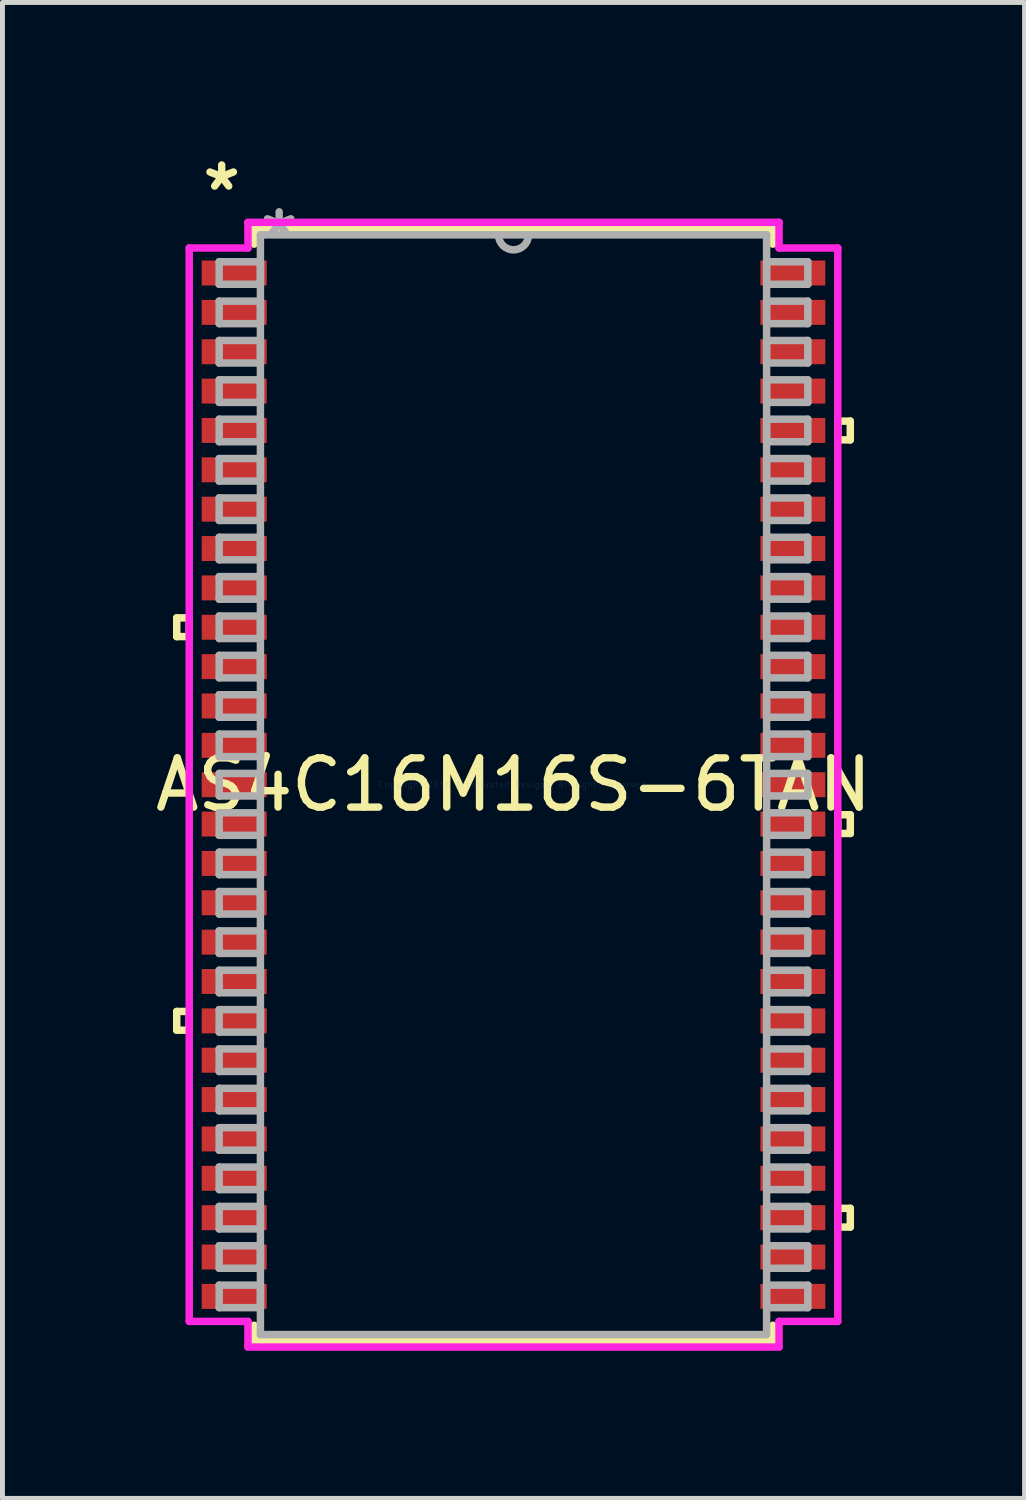
<source format=kicad_pcb>
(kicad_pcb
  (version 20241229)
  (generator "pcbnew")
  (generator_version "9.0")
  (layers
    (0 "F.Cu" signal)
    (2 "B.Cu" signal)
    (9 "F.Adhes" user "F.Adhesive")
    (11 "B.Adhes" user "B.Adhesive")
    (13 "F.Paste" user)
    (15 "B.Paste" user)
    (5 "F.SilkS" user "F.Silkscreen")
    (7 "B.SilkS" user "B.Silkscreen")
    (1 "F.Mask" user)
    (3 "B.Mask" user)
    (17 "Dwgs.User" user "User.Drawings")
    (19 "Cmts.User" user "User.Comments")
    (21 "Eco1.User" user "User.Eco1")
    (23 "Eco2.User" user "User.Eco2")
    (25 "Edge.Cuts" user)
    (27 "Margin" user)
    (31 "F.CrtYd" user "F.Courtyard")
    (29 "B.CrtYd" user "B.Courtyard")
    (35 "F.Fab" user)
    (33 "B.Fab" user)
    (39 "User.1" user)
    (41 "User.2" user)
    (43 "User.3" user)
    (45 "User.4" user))
  (footprint "AS4C16M16S-6TAN"
    (layer "F.Cu")
    (at 7.387 12.899)
    (property "Reference" "AS4C16M16S-6TAN" (at 0 0 0) (layer "F.SilkS") (effects (font (size 1 1) (thickness 0.15))))
    (attr through_hole)
    (fp_line (start -6.845 -3.391) (end -6.845 -3.01) (stroke (width 0.152) (type solid)) (layer "F.SilkS"))
    (fp_line (start -6.845 -3.01) (end -6.591 -3.01) (stroke (width 0.152) (type solid)) (layer "F.SilkS"))
    (fp_line (start -6.845 4.609) (end -6.845 4.99) (stroke (width 0.152) (type solid)) (layer "F.SilkS"))
    (fp_line (start -6.845 4.99) (end -6.591 4.99) (stroke (width 0.152) (type solid)) (layer "F.SilkS"))
    (fp_line (start -6.591 -3.391) (end -6.845 -3.391) (stroke (width 0.152) (type solid)) (layer "F.SilkS"))
    (fp_line (start -6.591 -3.01) (end -6.591 -3.391) (stroke (width 0.152) (type solid)) (layer "F.SilkS"))
    (fp_line (start -6.591 4.609) (end -6.845 4.609) (stroke (width 0.152) (type solid)) (layer "F.SilkS"))
    (fp_line (start -6.591 4.99) (end -6.591 4.609) (stroke (width 0.152) (type solid)) (layer "F.SilkS"))
    (fp_line (start -5.271 -11.303) (end -5.271 -10.987) (stroke (width 0.152) (type solid)) (layer "F.SilkS"))
    (fp_line (start -5.271 10.987) (end -5.271 11.303) (stroke (width 0.152) (type solid)) (layer "F.SilkS"))
    (fp_line (start -5.271 11.303) (end 5.271 11.303) (stroke (width 0.152) (type solid)) (layer "F.SilkS"))
    (fp_line (start 5.271 -11.303) (end -5.271 -11.303) (stroke (width 0.152) (type solid)) (layer "F.SilkS"))
    (fp_line (start 5.271 -10.987) (end 5.271 -11.303) (stroke (width 0.152) (type solid)) (layer "F.SilkS"))
    (fp_line (start 5.271 11.303) (end 5.271 10.987) (stroke (width 0.152) (type solid)) (layer "F.SilkS"))
    (fp_line (start 6.591 -7.39) (end 6.845 -7.39) (stroke (width 0.152) (type solid)) (layer "F.SilkS"))
    (fp_line (start 6.591 -7.009) (end 6.591 -7.39) (stroke (width 0.152) (type solid)) (layer "F.SilkS"))
    (fp_line (start 6.591 0.61) (end 6.845 0.61) (stroke (width 0.152) (type solid)) (layer "F.SilkS"))
    (fp_line (start 6.591 0.991) (end 6.591 0.61) (stroke (width 0.152) (type solid)) (layer "F.SilkS"))
    (fp_line (start 6.591 8.61) (end 6.845 8.61) (stroke (width 0.152) (type solid)) (layer "F.SilkS"))
    (fp_line (start 6.591 8.991) (end 6.591 8.61) (stroke (width 0.152) (type solid)) (layer "F.SilkS"))
    (fp_line (start 6.845 -7.39) (end 6.845 -7.009) (stroke (width 0.152) (type solid)) (layer "F.SilkS"))
    (fp_line (start 6.845 -7.009) (end 6.591 -7.009) (stroke (width 0.152) (type solid)) (layer "F.SilkS"))
    (fp_line (start 6.845 0.61) (end 6.845 0.991) (stroke (width 0.152) (type solid)) (layer "F.SilkS"))
    (fp_line (start 6.845 0.991) (end 6.591 0.991) (stroke (width 0.152) (type solid)) (layer "F.SilkS"))
    (fp_line (start 6.845 8.61) (end 6.845 8.991) (stroke (width 0.152) (type solid)) (layer "F.SilkS"))
    (fp_line (start 6.845 8.991) (end 6.591 8.991) (stroke (width 0.152) (type solid)) (layer "F.SilkS"))
    (fp_line (start -6.591 -10.908) (end -5.397 -10.908) (stroke (width 0.152) (type solid)) (layer "F.CrtYd"))
    (fp_line (start -6.591 10.908) (end -6.591 -10.908) (stroke (width 0.152) (type solid)) (layer "F.CrtYd"))
    (fp_line (start -5.397 -11.43) (end 5.397 -11.43) (stroke (width 0.152) (type solid)) (layer "F.CrtYd"))
    (fp_line (start -5.397 -10.908) (end -5.397 -11.43) (stroke (width 0.152) (type solid)) (layer "F.CrtYd"))
    (fp_line (start -5.397 10.908) (end -6.591 10.908) (stroke (width 0.152) (type solid)) (layer "F.CrtYd"))
    (fp_line (start -5.397 11.43) (end -5.397 10.908) (stroke (width 0.152) (type solid)) (layer "F.CrtYd"))
    (fp_line (start 5.397 -11.43) (end 5.397 -10.908) (stroke (width 0.152) (type solid)) (layer "F.CrtYd"))
    (fp_line (start 5.397 -10.908) (end 6.591 -10.908) (stroke (width 0.152) (type solid)) (layer "F.CrtYd"))
    (fp_line (start 5.397 10.908) (end 5.397 11.43) (stroke (width 0.152) (type solid)) (layer "F.CrtYd"))
    (fp_line (start 5.397 11.43) (end -5.397 11.43) (stroke (width 0.152) (type solid)) (layer "F.CrtYd"))
    (fp_line (start 6.591 -10.908) (end 6.591 10.908) (stroke (width 0.152) (type solid)) (layer "F.CrtYd"))
    (fp_line (start 6.591 10.908) (end 5.397 10.908) (stroke (width 0.152) (type solid)) (layer "F.CrtYd"))
    (fp_line (start -5.982 -10.629) (end -5.982 -10.171) (stroke (width 0.152) (type solid)) (layer "F.Fab"))
    (fp_line (start -5.982 -10.171) (end -5.144 -10.171) (stroke (width 0.152) (type solid)) (layer "F.Fab"))
    (fp_line (start -5.982 -9.829) (end -5.982 -9.371) (stroke (width 0.152) (type solid)) (layer "F.Fab"))
    (fp_line (start -5.982 -9.371) (end -5.144 -9.371) (stroke (width 0.152) (type solid)) (layer "F.Fab"))
    (fp_line (start -5.982 -9.029) (end -5.982 -8.571) (stroke (width 0.152) (type solid)) (layer "F.Fab"))
    (fp_line (start -5.982 -8.571) (end -5.144 -8.571) (stroke (width 0.152) (type solid)) (layer "F.Fab"))
    (fp_line (start -5.982 -8.229) (end -5.982 -7.771) (stroke (width 0.152) (type solid)) (layer "F.Fab"))
    (fp_line (start -5.982 -7.771) (end -5.144 -7.771) (stroke (width 0.152) (type solid)) (layer "F.Fab"))
    (fp_line (start -5.982 -7.429) (end -5.982 -6.971) (stroke (width 0.152) (type solid)) (layer "F.Fab"))
    (fp_line (start -5.982 -6.971) (end -5.144 -6.971) (stroke (width 0.152) (type solid)) (layer "F.Fab"))
    (fp_line (start -5.982 -6.629) (end -5.982 -6.171) (stroke (width 0.152) (type solid)) (layer "F.Fab"))
    (fp_line (start -5.982 -6.171) (end -5.144 -6.171) (stroke (width 0.152) (type solid)) (layer "F.Fab"))
    (fp_line (start -5.982 -5.829) (end -5.982 -5.371) (stroke (width 0.152) (type solid)) (layer "F.Fab"))
    (fp_line (start -5.982 -5.371) (end -5.144 -5.371) (stroke (width 0.152) (type solid)) (layer "F.Fab"))
    (fp_line (start -5.982 -5.029) (end -5.982 -4.571) (stroke (width 0.152) (type solid)) (layer "F.Fab"))
    (fp_line (start -5.982 -4.571) (end -5.144 -4.571) (stroke (width 0.152) (type solid)) (layer "F.Fab"))
    (fp_line (start -5.982 -4.229) (end -5.982 -3.771) (stroke (width 0.152) (type solid)) (layer "F.Fab"))
    (fp_line (start -5.982 -3.771) (end -5.144 -3.771) (stroke (width 0.152) (type solid)) (layer "F.Fab"))
    (fp_line (start -5.982 -3.429) (end -5.982 -2.971) (stroke (width 0.152) (type solid)) (layer "F.Fab"))
    (fp_line (start -5.982 -2.971) (end -5.144 -2.971) (stroke (width 0.152) (type solid)) (layer "F.Fab"))
    (fp_line (start -5.982 -2.629) (end -5.982 -2.171) (stroke (width 0.152) (type solid)) (layer "F.Fab"))
    (fp_line (start -5.982 -2.171) (end -5.144 -2.171) (stroke (width 0.152) (type solid)) (layer "F.Fab"))
    (fp_line (start -5.982 -1.829) (end -5.982 -1.371) (stroke (width 0.152) (type solid)) (layer "F.Fab"))
    (fp_line (start -5.982 -1.371) (end -5.144 -1.371) (stroke (width 0.152) (type solid)) (layer "F.Fab"))
    (fp_line (start -5.982 -1.029) (end -5.982 -0.571) (stroke (width 0.152) (type solid)) (layer "F.Fab"))
    (fp_line (start -5.982 -0.571) (end -5.144 -0.571) (stroke (width 0.152) (type solid)) (layer "F.Fab"))
    (fp_line (start -5.982 -0.229) (end -5.982 0.229) (stroke (width 0.152) (type solid)) (layer "F.Fab"))
    (fp_line (start -5.982 0.229) (end -5.144 0.229) (stroke (width 0.152) (type solid)) (layer "F.Fab"))
    (fp_line (start -5.982 0.571) (end -5.982 1.029) (stroke (width 0.152) (type solid)) (layer "F.Fab"))
    (fp_line (start -5.982 1.029) (end -5.144 1.029) (stroke (width 0.152) (type solid)) (layer "F.Fab"))
    (fp_line (start -5.982 1.371) (end -5.982 1.829) (stroke (width 0.152) (type solid)) (layer "F.Fab"))
    (fp_line (start -5.982 1.829) (end -5.144 1.829) (stroke (width 0.152) (type solid)) (layer "F.Fab"))
    (fp_line (start -5.982 2.171) (end -5.982 2.629) (stroke (width 0.152) (type solid)) (layer "F.Fab"))
    (fp_line (start -5.982 2.629) (end -5.144 2.629) (stroke (width 0.152) (type solid)) (layer "F.Fab"))
    (fp_line (start -5.982 2.971) (end -5.982 3.429) (stroke (width 0.152) (type solid)) (layer "F.Fab"))
    (fp_line (start -5.982 3.429) (end -5.144 3.429) (stroke (width 0.152) (type solid)) (layer "F.Fab"))
    (fp_line (start -5.982 3.771) (end -5.982 4.229) (stroke (width 0.152) (type solid)) (layer "F.Fab"))
    (fp_line (start -5.982 4.229) (end -5.144 4.229) (stroke (width 0.152) (type solid)) (layer "F.Fab"))
    (fp_line (start -5.982 4.571) (end -5.982 5.029) (stroke (width 0.152) (type solid)) (layer "F.Fab"))
    (fp_line (start -5.982 5.029) (end -5.144 5.029) (stroke (width 0.152) (type solid)) (layer "F.Fab"))
    (fp_line (start -5.982 5.371) (end -5.982 5.829) (stroke (width 0.152) (type solid)) (layer "F.Fab"))
    (fp_line (start -5.982 5.829) (end -5.144 5.829) (stroke (width 0.152) (type solid)) (layer "F.Fab"))
    (fp_line (start -5.982 6.171) (end -5.982 6.629) (stroke (width 0.152) (type solid)) (layer "F.Fab"))
    (fp_line (start -5.982 6.629) (end -5.144 6.629) (stroke (width 0.152) (type solid)) (layer "F.Fab"))
    (fp_line (start -5.982 6.971) (end -5.982 7.429) (stroke (width 0.152) (type solid)) (layer "F.Fab"))
    (fp_line (start -5.982 7.429) (end -5.144 7.429) (stroke (width 0.152) (type solid)) (layer "F.Fab"))
    (fp_line (start -5.982 7.771) (end -5.982 8.229) (stroke (width 0.152) (type solid)) (layer "F.Fab"))
    (fp_line (start -5.982 8.229) (end -5.144 8.229) (stroke (width 0.152) (type solid)) (layer "F.Fab"))
    (fp_line (start -5.982 8.571) (end -5.982 9.029) (stroke (width 0.152) (type solid)) (layer "F.Fab"))
    (fp_line (start -5.982 9.029) (end -5.144 9.029) (stroke (width 0.152) (type solid)) (layer "F.Fab"))
    (fp_line (start -5.982 9.371) (end -5.982 9.829) (stroke (width 0.152) (type solid)) (layer "F.Fab"))
    (fp_line (start -5.982 9.829) (end -5.144 9.829) (stroke (width 0.152) (type solid)) (layer "F.Fab"))
    (fp_line (start -5.982 10.171) (end -5.982 10.629) (stroke (width 0.152) (type solid)) (layer "F.Fab"))
    (fp_line (start -5.982 10.629) (end -5.144 10.629) (stroke (width 0.152) (type solid)) (layer "F.Fab"))
    (fp_line (start -5.144 -11.176) (end -5.144 11.176) (stroke (width 0.152) (type solid)) (layer "F.Fab"))
    (fp_line (start -5.144 -10.629) (end -5.982 -10.629) (stroke (width 0.152) (type solid)) (layer "F.Fab"))
    (fp_line (start -5.144 -10.171) (end -5.144 -10.629) (stroke (width 0.152) (type solid)) (layer "F.Fab"))
    (fp_line (start -5.144 -9.829) (end -5.982 -9.829) (stroke (width 0.152) (type solid)) (layer "F.Fab"))
    (fp_line (start -5.144 -9.371) (end -5.144 -9.829) (stroke (width 0.152) (type solid)) (layer "F.Fab"))
    (fp_line (start -5.144 -9.029) (end -5.982 -9.029) (stroke (width 0.152) (type solid)) (layer "F.Fab"))
    (fp_line (start -5.144 -8.571) (end -5.144 -9.029) (stroke (width 0.152) (type solid)) (layer "F.Fab"))
    (fp_line (start -5.144 -8.229) (end -5.982 -8.229) (stroke (width 0.152) (type solid)) (layer "F.Fab"))
    (fp_line (start -5.144 -7.771) (end -5.144 -8.229) (stroke (width 0.152) (type solid)) (layer "F.Fab"))
    (fp_line (start -5.144 -7.429) (end -5.982 -7.429) (stroke (width 0.152) (type solid)) (layer "F.Fab"))
    (fp_line (start -5.144 -6.971) (end -5.144 -7.429) (stroke (width 0.152) (type solid)) (layer "F.Fab"))
    (fp_line (start -5.144 -6.629) (end -5.982 -6.629) (stroke (width 0.152) (type solid)) (layer "F.Fab"))
    (fp_line (start -5.144 -6.171) (end -5.144 -6.629) (stroke (width 0.152) (type solid)) (layer "F.Fab"))
    (fp_line (start -5.144 -5.829) (end -5.982 -5.829) (stroke (width 0.152) (type solid)) (layer "F.Fab"))
    (fp_line (start -5.144 -5.371) (end -5.144 -5.829) (stroke (width 0.152) (type solid)) (layer "F.Fab"))
    (fp_line (start -5.144 -5.029) (end -5.982 -5.029) (stroke (width 0.152) (type solid)) (layer "F.Fab"))
    (fp_line (start -5.144 -4.571) (end -5.144 -5.029) (stroke (width 0.152) (type solid)) (layer "F.Fab"))
    (fp_line (start -5.144 -4.229) (end -5.982 -4.229) (stroke (width 0.152) (type solid)) (layer "F.Fab"))
    (fp_line (start -5.144 -3.771) (end -5.144 -4.229) (stroke (width 0.152) (type solid)) (layer "F.Fab"))
    (fp_line (start -5.144 -3.429) (end -5.982 -3.429) (stroke (width 0.152) (type solid)) (layer "F.Fab"))
    (fp_line (start -5.144 -2.971) (end -5.144 -3.429) (stroke (width 0.152) (type solid)) (layer "F.Fab"))
    (fp_line (start -5.144 -2.629) (end -5.982 -2.629) (stroke (width 0.152) (type solid)) (layer "F.Fab"))
    (fp_line (start -5.144 -2.171) (end -5.144 -2.629) (stroke (width 0.152) (type solid)) (layer "F.Fab"))
    (fp_line (start -5.144 -1.829) (end -5.982 -1.829) (stroke (width 0.152) (type solid)) (layer "F.Fab"))
    (fp_line (start -5.144 -1.371) (end -5.144 -1.829) (stroke (width 0.152) (type solid)) (layer "F.Fab"))
    (fp_line (start -5.144 -1.029) (end -5.982 -1.029) (stroke (width 0.152) (type solid)) (layer "F.Fab"))
    (fp_line (start -5.144 -0.571) (end -5.144 -1.029) (stroke (width 0.152) (type solid)) (layer "F.Fab"))
    (fp_line (start -5.144 -0.229) (end -5.982 -0.229) (stroke (width 0.152) (type solid)) (layer "F.Fab"))
    (fp_line (start -5.144 0.229) (end -5.144 -0.229) (stroke (width 0.152) (type solid)) (layer "F.Fab"))
    (fp_line (start -5.144 0.571) (end -5.982 0.571) (stroke (width 0.152) (type solid)) (layer "F.Fab"))
    (fp_line (start -5.144 1.029) (end -5.144 0.571) (stroke (width 0.152) (type solid)) (layer "F.Fab"))
    (fp_line (start -5.144 1.371) (end -5.982 1.371) (stroke (width 0.152) (type solid)) (layer "F.Fab"))
    (fp_line (start -5.144 1.829) (end -5.144 1.371) (stroke (width 0.152) (type solid)) (layer "F.Fab"))
    (fp_line (start -5.144 2.171) (end -5.982 2.171) (stroke (width 0.152) (type solid)) (layer "F.Fab"))
    (fp_line (start -5.144 2.629) (end -5.144 2.171) (stroke (width 0.152) (type solid)) (layer "F.Fab"))
    (fp_line (start -5.144 2.971) (end -5.982 2.971) (stroke (width 0.152) (type solid)) (layer "F.Fab"))
    (fp_line (start -5.144 3.429) (end -5.144 2.971) (stroke (width 0.152) (type solid)) (layer "F.Fab"))
    (fp_line (start -5.144 3.771) (end -5.982 3.771) (stroke (width 0.152) (type solid)) (layer "F.Fab"))
    (fp_line (start -5.144 4.229) (end -5.144 3.771) (stroke (width 0.152) (type solid)) (layer "F.Fab"))
    (fp_line (start -5.144 4.571) (end -5.982 4.571) (stroke (width 0.152) (type solid)) (layer "F.Fab"))
    (fp_line (start -5.144 5.029) (end -5.144 4.571) (stroke (width 0.152) (type solid)) (layer "F.Fab"))
    (fp_line (start -5.144 5.371) (end -5.982 5.371) (stroke (width 0.152) (type solid)) (layer "F.Fab"))
    (fp_line (start -5.144 5.829) (end -5.144 5.371) (stroke (width 0.152) (type solid)) (layer "F.Fab"))
    (fp_line (start -5.144 6.171) (end -5.982 6.171) (stroke (width 0.152) (type solid)) (layer "F.Fab"))
    (fp_line (start -5.144 6.629) (end -5.144 6.171) (stroke (width 0.152) (type solid)) (layer "F.Fab"))
    (fp_line (start -5.144 6.971) (end -5.982 6.971) (stroke (width 0.152) (type solid)) (layer "F.Fab"))
    (fp_line (start -5.144 7.429) (end -5.144 6.971) (stroke (width 0.152) (type solid)) (layer "F.Fab"))
    (fp_line (start -5.144 7.771) (end -5.982 7.771) (stroke (width 0.152) (type solid)) (layer "F.Fab"))
    (fp_line (start -5.144 8.229) (end -5.144 7.771) (stroke (width 0.152) (type solid)) (layer "F.Fab"))
    (fp_line (start -5.144 8.571) (end -5.982 8.571) (stroke (width 0.152) (type solid)) (layer "F.Fab"))
    (fp_line (start -5.144 9.029) (end -5.144 8.571) (stroke (width 0.152) (type solid)) (layer "F.Fab"))
    (fp_line (start -5.144 9.371) (end -5.982 9.371) (stroke (width 0.152) (type solid)) (layer "F.Fab"))
    (fp_line (start -5.144 9.829) (end -5.144 9.371) (stroke (width 0.152) (type solid)) (layer "F.Fab"))
    (fp_line (start -5.144 10.171) (end -5.982 10.171) (stroke (width 0.152) (type solid)) (layer "F.Fab"))
    (fp_line (start -5.144 10.629) (end -5.144 10.171) (stroke (width 0.152) (type solid)) (layer "F.Fab"))
    (fp_line (start -5.144 11.176) (end 5.144 11.176) (stroke (width 0.152) (type solid)) (layer "F.Fab"))
    (fp_line (start 5.144 -11.176) (end -5.144 -11.176) (stroke (width 0.152) (type solid)) (layer "F.Fab"))
    (fp_line (start 5.144 -10.629) (end 5.144 -10.171) (stroke (width 0.152) (type solid)) (layer "F.Fab"))
    (fp_line (start 5.144 -10.171) (end 5.982 -10.171) (stroke (width 0.152) (type solid)) (layer "F.Fab"))
    (fp_line (start 5.144 -9.829) (end 5.144 -9.371) (stroke (width 0.152) (type solid)) (layer "F.Fab"))
    (fp_line (start 5.144 -9.371) (end 5.982 -9.371) (stroke (width 0.152) (type solid)) (layer "F.Fab"))
    (fp_line (start 5.144 -9.029) (end 5.144 -8.571) (stroke (width 0.152) (type solid)) (layer "F.Fab"))
    (fp_line (start 5.144 -8.571) (end 5.982 -8.571) (stroke (width 0.152) (type solid)) (layer "F.Fab"))
    (fp_line (start 5.144 -8.229) (end 5.144 -7.771) (stroke (width 0.152) (type solid)) (layer "F.Fab"))
    (fp_line (start 5.144 -7.771) (end 5.982 -7.771) (stroke (width 0.152) (type solid)) (layer "F.Fab"))
    (fp_line (start 5.144 -7.429) (end 5.144 -6.971) (stroke (width 0.152) (type solid)) (layer "F.Fab"))
    (fp_line (start 5.144 -6.971) (end 5.982 -6.971) (stroke (width 0.152) (type solid)) (layer "F.Fab"))
    (fp_line (start 5.144 -6.629) (end 5.144 -6.171) (stroke (width 0.152) (type solid)) (layer "F.Fab"))
    (fp_line (start 5.144 -6.171) (end 5.982 -6.171) (stroke (width 0.152) (type solid)) (layer "F.Fab"))
    (fp_line (start 5.144 -5.829) (end 5.144 -5.371) (stroke (width 0.152) (type solid)) (layer "F.Fab"))
    (fp_line (start 5.144 -5.371) (end 5.982 -5.371) (stroke (width 0.152) (type solid)) (layer "F.Fab"))
    (fp_line (start 5.144 -5.029) (end 5.144 -4.571) (stroke (width 0.152) (type solid)) (layer "F.Fab"))
    (fp_line (start 5.144 -4.571) (end 5.982 -4.571) (stroke (width 0.152) (type solid)) (layer "F.Fab"))
    (fp_line (start 5.144 -4.229) (end 5.144 -3.771) (stroke (width 0.152) (type solid)) (layer "F.Fab"))
    (fp_line (start 5.144 -3.771) (end 5.982 -3.771) (stroke (width 0.152) (type solid)) (layer "F.Fab"))
    (fp_line (start 5.144 -3.429) (end 5.144 -2.971) (stroke (width 0.152) (type solid)) (layer "F.Fab"))
    (fp_line (start 5.144 -2.971) (end 5.982 -2.971) (stroke (width 0.152) (type solid)) (layer "F.Fab"))
    (fp_line (start 5.144 -2.629) (end 5.144 -2.171) (stroke (width 0.152) (type solid)) (layer "F.Fab"))
    (fp_line (start 5.144 -2.171) (end 5.982 -2.171) (stroke (width 0.152) (type solid)) (layer "F.Fab"))
    (fp_line (start 5.144 -1.829) (end 5.144 -1.371) (stroke (width 0.152) (type solid)) (layer "F.Fab"))
    (fp_line (start 5.144 -1.371) (end 5.982 -1.371) (stroke (width 0.152) (type solid)) (layer "F.Fab"))
    (fp_line (start 5.144 -1.029) (end 5.144 -0.571) (stroke (width 0.152) (type solid)) (layer "F.Fab"))
    (fp_line (start 5.144 -0.571) (end 5.982 -0.571) (stroke (width 0.152) (type solid)) (layer "F.Fab"))
    (fp_line (start 5.144 -0.229) (end 5.144 0.229) (stroke (width 0.152) (type solid)) (layer "F.Fab"))
    (fp_line (start 5.144 0.229) (end 5.982 0.229) (stroke (width 0.152) (type solid)) (layer "F.Fab"))
    (fp_line (start 5.144 0.571) (end 5.144 1.029) (stroke (width 0.152) (type solid)) (layer "F.Fab"))
    (fp_line (start 5.144 1.029) (end 5.982 1.029) (stroke (width 0.152) (type solid)) (layer "F.Fab"))
    (fp_line (start 5.144 1.371) (end 5.144 1.829) (stroke (width 0.152) (type solid)) (layer "F.Fab"))
    (fp_line (start 5.144 1.829) (end 5.982 1.829) (stroke (width 0.152) (type solid)) (layer "F.Fab"))
    (fp_line (start 5.144 2.171) (end 5.144 2.629) (stroke (width 0.152) (type solid)) (layer "F.Fab"))
    (fp_line (start 5.144 2.629) (end 5.982 2.629) (stroke (width 0.152) (type solid)) (layer "F.Fab"))
    (fp_line (start 5.144 2.971) (end 5.144 3.429) (stroke (width 0.152) (type solid)) (layer "F.Fab"))
    (fp_line (start 5.144 3.429) (end 5.982 3.429) (stroke (width 0.152) (type solid)) (layer "F.Fab"))
    (fp_line (start 5.144 3.771) (end 5.144 4.229) (stroke (width 0.152) (type solid)) (layer "F.Fab"))
    (fp_line (start 5.144 4.229) (end 5.982 4.229) (stroke (width 0.152) (type solid)) (layer "F.Fab"))
    (fp_line (start 5.144 4.571) (end 5.144 5.029) (stroke (width 0.152) (type solid)) (layer "F.Fab"))
    (fp_line (start 5.144 5.029) (end 5.982 5.029) (stroke (width 0.152) (type solid)) (layer "F.Fab"))
    (fp_line (start 5.144 5.371) (end 5.144 5.829) (stroke (width 0.152) (type solid)) (layer "F.Fab"))
    (fp_line (start 5.144 5.829) (end 5.982 5.829) (stroke (width 0.152) (type solid)) (layer "F.Fab"))
    (fp_line (start 5.144 6.171) (end 5.144 6.629) (stroke (width 0.152) (type solid)) (layer "F.Fab"))
    (fp_line (start 5.144 6.629) (end 5.982 6.629) (stroke (width 0.152) (type solid)) (layer "F.Fab"))
    (fp_line (start 5.144 6.971) (end 5.144 7.429) (stroke (width 0.152) (type solid)) (layer "F.Fab"))
    (fp_line (start 5.144 7.429) (end 5.982 7.429) (stroke (width 0.152) (type solid)) (layer "F.Fab"))
    (fp_line (start 5.144 7.771) (end 5.144 8.229) (stroke (width 0.152) (type solid)) (layer "F.Fab"))
    (fp_line (start 5.144 8.229) (end 5.982 8.229) (stroke (width 0.152) (type solid)) (layer "F.Fab"))
    (fp_line (start 5.144 8.571) (end 5.144 9.029) (stroke (width 0.152) (type solid)) (layer "F.Fab"))
    (fp_line (start 5.144 9.029) (end 5.982 9.029) (stroke (width 0.152) (type solid)) (layer "F.Fab"))
    (fp_line (start 5.144 9.371) (end 5.144 9.829) (stroke (width 0.152) (type solid)) (layer "F.Fab"))
    (fp_line (start 5.144 9.829) (end 5.982 9.829) (stroke (width 0.152) (type solid)) (layer "F.Fab"))
    (fp_line (start 5.144 10.171) (end 5.144 10.629) (stroke (width 0.152) (type solid)) (layer "F.Fab"))
    (fp_line (start 5.144 10.629) (end 5.982 10.629) (stroke (width 0.152) (type solid)) (layer "F.Fab"))
    (fp_line (start 5.144 11.176) (end 5.144 -11.176) (stroke (width 0.152) (type solid)) (layer "F.Fab"))
    (fp_line (start 5.982 -10.629) (end 5.144 -10.629) (stroke (width 0.152) (type solid)) (layer "F.Fab"))
    (fp_line (start 5.982 -10.171) (end 5.982 -10.629) (stroke (width 0.152) (type solid)) (layer "F.Fab"))
    (fp_line (start 5.982 -9.829) (end 5.144 -9.829) (stroke (width 0.152) (type solid)) (layer "F.Fab"))
    (fp_line (start 5.982 -9.371) (end 5.982 -9.829) (stroke (width 0.152) (type solid)) (layer "F.Fab"))
    (fp_line (start 5.982 -9.029) (end 5.144 -9.029) (stroke (width 0.152) (type solid)) (layer "F.Fab"))
    (fp_line (start 5.982 -8.571) (end 5.982 -9.029) (stroke (width 0.152) (type solid)) (layer "F.Fab"))
    (fp_line (start 5.982 -8.229) (end 5.144 -8.229) (stroke (width 0.152) (type solid)) (layer "F.Fab"))
    (fp_line (start 5.982 -7.771) (end 5.982 -8.229) (stroke (width 0.152) (type solid)) (layer "F.Fab"))
    (fp_line (start 5.982 -7.429) (end 5.144 -7.429) (stroke (width 0.152) (type solid)) (layer "F.Fab"))
    (fp_line (start 5.982 -6.971) (end 5.982 -7.429) (stroke (width 0.152) (type solid)) (layer "F.Fab"))
    (fp_line (start 5.982 -6.629) (end 5.144 -6.629) (stroke (width 0.152) (type solid)) (layer "F.Fab"))
    (fp_line (start 5.982 -6.171) (end 5.982 -6.629) (stroke (width 0.152) (type solid)) (layer "F.Fab"))
    (fp_line (start 5.982 -5.829) (end 5.144 -5.829) (stroke (width 0.152) (type solid)) (layer "F.Fab"))
    (fp_line (start 5.982 -5.371) (end 5.982 -5.829) (stroke (width 0.152) (type solid)) (layer "F.Fab"))
    (fp_line (start 5.982 -5.029) (end 5.144 -5.029) (stroke (width 0.152) (type solid)) (layer "F.Fab"))
    (fp_line (start 5.982 -4.571) (end 5.982 -5.029) (stroke (width 0.152) (type solid)) (layer "F.Fab"))
    (fp_line (start 5.982 -4.229) (end 5.144 -4.229) (stroke (width 0.152) (type solid)) (layer "F.Fab"))
    (fp_line (start 5.982 -3.771) (end 5.982 -4.229) (stroke (width 0.152) (type solid)) (layer "F.Fab"))
    (fp_line (start 5.982 -3.429) (end 5.144 -3.429) (stroke (width 0.152) (type solid)) (layer "F.Fab"))
    (fp_line (start 5.982 -2.971) (end 5.982 -3.429) (stroke (width 0.152) (type solid)) (layer "F.Fab"))
    (fp_line (start 5.982 -2.629) (end 5.144 -2.629) (stroke (width 0.152) (type solid)) (layer "F.Fab"))
    (fp_line (start 5.982 -2.171) (end 5.982 -2.629) (stroke (width 0.152) (type solid)) (layer "F.Fab"))
    (fp_line (start 5.982 -1.829) (end 5.144 -1.829) (stroke (width 0.152) (type solid)) (layer "F.Fab"))
    (fp_line (start 5.982 -1.371) (end 5.982 -1.829) (stroke (width 0.152) (type solid)) (layer "F.Fab"))
    (fp_line (start 5.982 -1.029) (end 5.144 -1.029) (stroke (width 0.152) (type solid)) (layer "F.Fab"))
    (fp_line (start 5.982 -0.571) (end 5.982 -1.029) (stroke (width 0.152) (type solid)) (layer "F.Fab"))
    (fp_line (start 5.982 -0.229) (end 5.144 -0.229) (stroke (width 0.152) (type solid)) (layer "F.Fab"))
    (fp_line (start 5.982 0.229) (end 5.982 -0.229) (stroke (width 0.152) (type solid)) (layer "F.Fab"))
    (fp_line (start 5.982 0.571) (end 5.144 0.571) (stroke (width 0.152) (type solid)) (layer "F.Fab"))
    (fp_line (start 5.982 1.029) (end 5.982 0.571) (stroke (width 0.152) (type solid)) (layer "F.Fab"))
    (fp_line (start 5.982 1.371) (end 5.144 1.371) (stroke (width 0.152) (type solid)) (layer "F.Fab"))
    (fp_line (start 5.982 1.829) (end 5.982 1.371) (stroke (width 0.152) (type solid)) (layer "F.Fab"))
    (fp_line (start 5.982 2.171) (end 5.144 2.171) (stroke (width 0.152) (type solid)) (layer "F.Fab"))
    (fp_line (start 5.982 2.629) (end 5.982 2.171) (stroke (width 0.152) (type solid)) (layer "F.Fab"))
    (fp_line (start 5.982 2.971) (end 5.144 2.971) (stroke (width 0.152) (type solid)) (layer "F.Fab"))
    (fp_line (start 5.982 3.429) (end 5.982 2.971) (stroke (width 0.152) (type solid)) (layer "F.Fab"))
    (fp_line (start 5.982 3.771) (end 5.144 3.771) (stroke (width 0.152) (type solid)) (layer "F.Fab"))
    (fp_line (start 5.982 4.229) (end 5.982 3.771) (stroke (width 0.152) (type solid)) (layer "F.Fab"))
    (fp_line (start 5.982 4.571) (end 5.144 4.571) (stroke (width 0.152) (type solid)) (layer "F.Fab"))
    (fp_line (start 5.982 5.029) (end 5.982 4.571) (stroke (width 0.152) (type solid)) (layer "F.Fab"))
    (fp_line (start 5.982 5.371) (end 5.144 5.371) (stroke (width 0.152) (type solid)) (layer "F.Fab"))
    (fp_line (start 5.982 5.829) (end 5.982 5.371) (stroke (width 0.152) (type solid)) (layer "F.Fab"))
    (fp_line (start 5.982 6.171) (end 5.144 6.171) (stroke (width 0.152) (type solid)) (layer "F.Fab"))
    (fp_line (start 5.982 6.629) (end 5.982 6.171) (stroke (width 0.152) (type solid)) (layer "F.Fab"))
    (fp_line (start 5.982 6.971) (end 5.144 6.971) (stroke (width 0.152) (type solid)) (layer "F.Fab"))
    (fp_line (start 5.982 7.429) (end 5.982 6.971) (stroke (width 0.152) (type solid)) (layer "F.Fab"))
    (fp_line (start 5.982 7.771) (end 5.144 7.771) (stroke (width 0.152) (type solid)) (layer "F.Fab"))
    (fp_line (start 5.982 8.229) (end 5.982 7.771) (stroke (width 0.152) (type solid)) (layer "F.Fab"))
    (fp_line (start 5.982 8.571) (end 5.144 8.571) (stroke (width 0.152) (type solid)) (layer "F.Fab"))
    (fp_line (start 5.982 9.029) (end 5.982 8.571) (stroke (width 0.152) (type solid)) (layer "F.Fab"))
    (fp_line (start 5.982 9.371) (end 5.144 9.371) (stroke (width 0.152) (type solid)) (layer "F.Fab"))
    (fp_line (start 5.982 9.829) (end 5.982 9.371) (stroke (width 0.152) (type solid)) (layer "F.Fab"))
    (fp_line (start 5.982 10.171) (end 5.144 10.171) (stroke (width 0.152) (type solid)) (layer "F.Fab"))
    (fp_line (start 5.982 10.629) (end 5.982 10.171) (stroke (width 0.152) (type solid)) (layer "F.Fab"))
    (fp_arc (start 0.3048 -11.176) (mid 0 -10.8712) (end -0.3048 -11.176) (stroke (width 0.1524) (type solid)) (layer "F.Fab"))
    (fp_text user "*" (at -5.931 -12.051 0) (layer "F.SilkS") (effects (font (size 1 1) (thickness 0.15))))
    (fp_text user "Copyright 2016 Accelerated Designs. All rights reserved." (at 0 0 0) (layer "Cmts.User") (effects (font (size 0.127 0.127) (thickness 0.002))))
    (fp_text user "*" (at -4.763 -11.1 0) (layer "F.Fab") (effects (font (size 1 1) (thickness 0.15))))
    (pad "1" smd rect (at -5.677 -10.4) (size 1.321 0.508) (layers "F.Cu" "F.Mask" "F.Paste"))
    (pad "2" smd rect (at -5.677 -9.6) (size 1.321 0.508) (layers "F.Cu" "F.Mask" "F.Paste"))
    (pad "3" smd rect (at -5.677 -8.8) (size 1.321 0.508) (layers "F.Cu" "F.Mask" "F.Paste"))
    (pad "4" smd rect (at -5.677 -8) (size 1.321 0.508) (layers "F.Cu" "F.Mask" "F.Paste"))
    (pad "5" smd rect (at -5.677 -7.2) (size 1.321 0.508) (layers "F.Cu" "F.Mask" "F.Paste"))
    (pad "6" smd rect (at -5.677 -6.4) (size 1.321 0.508) (layers "F.Cu" "F.Mask" "F.Paste"))
    (pad "7" smd rect (at -5.677 -5.6) (size 1.321 0.508) (layers "F.Cu" "F.Mask" "F.Paste"))
    (pad "8" smd rect (at -5.677 -4.8) (size 1.321 0.508) (layers "F.Cu" "F.Mask" "F.Paste"))
    (pad "9" smd rect (at -5.677 -4) (size 1.321 0.508) (layers "F.Cu" "F.Mask" "F.Paste"))
    (pad "10" smd rect (at -5.677 -3.2) (size 1.321 0.508) (layers "F.Cu" "F.Mask" "F.Paste"))
    (pad "11" smd rect (at -5.677 -2.4) (size 1.321 0.508) (layers "F.Cu" "F.Mask" "F.Paste"))
    (pad "12" smd rect (at -5.677 -1.6) (size 1.321 0.508) (layers "F.Cu" "F.Mask" "F.Paste"))
    (pad "13" smd rect (at -5.677 -0.8) (size 1.321 0.508) (layers "F.Cu" "F.Mask" "F.Paste"))
    (pad "14" smd rect (at -5.677 0) (size 1.321 0.508) (layers "F.Cu" "F.Mask" "F.Paste"))
    (pad "15" smd rect (at -5.677 0.8) (size 1.321 0.508) (layers "F.Cu" "F.Mask" "F.Paste"))
    (pad "16" smd rect (at -5.677 1.6) (size 1.321 0.508) (layers "F.Cu" "F.Mask" "F.Paste"))
    (pad "17" smd rect (at -5.677 2.4) (size 1.321 0.508) (layers "F.Cu" "F.Mask" "F.Paste"))
    (pad "18" smd rect (at -5.677 3.2) (size 1.321 0.508) (layers "F.Cu" "F.Mask" "F.Paste"))
    (pad "19" smd rect (at -5.677 4) (size 1.321 0.508) (layers "F.Cu" "F.Mask" "F.Paste"))
    (pad "20" smd rect (at -5.677 4.8) (size 1.321 0.508) (layers "F.Cu" "F.Mask" "F.Paste"))
    (pad "21" smd rect (at -5.677 5.6) (size 1.321 0.508) (layers "F.Cu" "F.Mask" "F.Paste"))
    (pad "22" smd rect (at -5.677 6.4) (size 1.321 0.508) (layers "F.Cu" "F.Mask" "F.Paste"))
    (pad "23" smd rect (at -5.677 7.2) (size 1.321 0.508) (layers "F.Cu" "F.Mask" "F.Paste"))
    (pad "24" smd rect (at -5.677 8) (size 1.321 0.508) (layers "F.Cu" "F.Mask" "F.Paste"))
    (pad "25" smd rect (at -5.677 8.8) (size 1.321 0.508) (layers "F.Cu" "F.Mask" "F.Paste"))
    (pad "26" smd rect (at -5.677 9.6) (size 1.321 0.508) (layers "F.Cu" "F.Mask" "F.Paste"))
    (pad "27" smd rect (at -5.677 10.4) (size 1.321 0.508) (layers "F.Cu" "F.Mask" "F.Paste"))
    (pad "28" smd rect (at 5.677 10.4) (size 1.321 0.508) (layers "F.Cu" "F.Mask" "F.Paste"))
    (pad "29" smd rect (at 5.677 9.6) (size 1.321 0.508) (layers "F.Cu" "F.Mask" "F.Paste"))
    (pad "30" smd rect (at 5.677 8.8) (size 1.321 0.508) (layers "F.Cu" "F.Mask" "F.Paste"))
    (pad "31" smd rect (at 5.677 8) (size 1.321 0.508) (layers "F.Cu" "F.Mask" "F.Paste"))
    (pad "32" smd rect (at 5.677 7.2) (size 1.321 0.508) (layers "F.Cu" "F.Mask" "F.Paste"))
    (pad "33" smd rect (at 5.677 6.4) (size 1.321 0.508) (layers "F.Cu" "F.Mask" "F.Paste"))
    (pad "34" smd rect (at 5.677 5.6) (size 1.321 0.508) (layers "F.Cu" "F.Mask" "F.Paste"))
    (pad "35" smd rect (at 5.677 4.8) (size 1.321 0.508) (layers "F.Cu" "F.Mask" "F.Paste"))
    (pad "36" smd rect (at 5.677 4) (size 1.321 0.508) (layers "F.Cu" "F.Mask" "F.Paste"))
    (pad "37" smd rect (at 5.677 3.2) (size 1.321 0.508) (layers "F.Cu" "F.Mask" "F.Paste"))
    (pad "38" smd rect (at 5.677 2.4) (size 1.321 0.508) (layers "F.Cu" "F.Mask" "F.Paste"))
    (pad "39" smd rect (at 5.677 1.6) (size 1.321 0.508) (layers "F.Cu" "F.Mask" "F.Paste"))
    (pad "40" smd rect (at 5.677 0.8) (size 1.321 0.508) (layers "F.Cu" "F.Mask" "F.Paste"))
    (pad "41" smd rect (at 5.677 0) (size 1.321 0.508) (layers "F.Cu" "F.Mask" "F.Paste"))
    (pad "42" smd rect (at 5.677 -0.8) (size 1.321 0.508) (layers "F.Cu" "F.Mask" "F.Paste"))
    (pad "43" smd rect (at 5.677 -1.6) (size 1.321 0.508) (layers "F.Cu" "F.Mask" "F.Paste"))
    (pad "44" smd rect (at 5.677 -2.4) (size 1.321 0.508) (layers "F.Cu" "F.Mask" "F.Paste"))
    (pad "45" smd rect (at 5.677 -3.2) (size 1.321 0.508) (layers "F.Cu" "F.Mask" "F.Paste"))
    (pad "46" smd rect (at 5.677 -4) (size 1.321 0.508) (layers "F.Cu" "F.Mask" "F.Paste"))
    (pad "47" smd rect (at 5.677 -4.8) (size 1.321 0.508) (layers "F.Cu" "F.Mask" "F.Paste"))
    (pad "48" smd rect (at 5.677 -5.6) (size 1.321 0.508) (layers "F.Cu" "F.Mask" "F.Paste"))
    (pad "49" smd rect (at 5.677 -6.4) (size 1.321 0.508) (layers "F.Cu" "F.Mask" "F.Paste"))
    (pad "50" smd rect (at 5.677 -7.2) (size 1.321 0.508) (layers "F.Cu" "F.Mask" "F.Paste"))
    (pad "51" smd rect (at 5.677 -8) (size 1.321 0.508) (layers "F.Cu" "F.Mask" "F.Paste"))
    (pad "52" smd rect (at 5.677 -8.8) (size 1.321 0.508) (layers "F.Cu" "F.Mask" "F.Paste"))
    (pad "53" smd rect (at 5.677 -9.6) (size 1.321 0.508) (layers "F.Cu" "F.Mask" "F.Paste"))
    (pad "54" smd rect (at 5.677 -10.4) (size 1.321 0.508) (layers "F.Cu" "F.Mask" "F.Paste")))
  (gr_rect
    (start -3 -3)
    (end 17.774 27.405)
    (stroke (width 0.1) (type default))
    (fill no)
    (layer "Edge.Cuts")))
</source>
